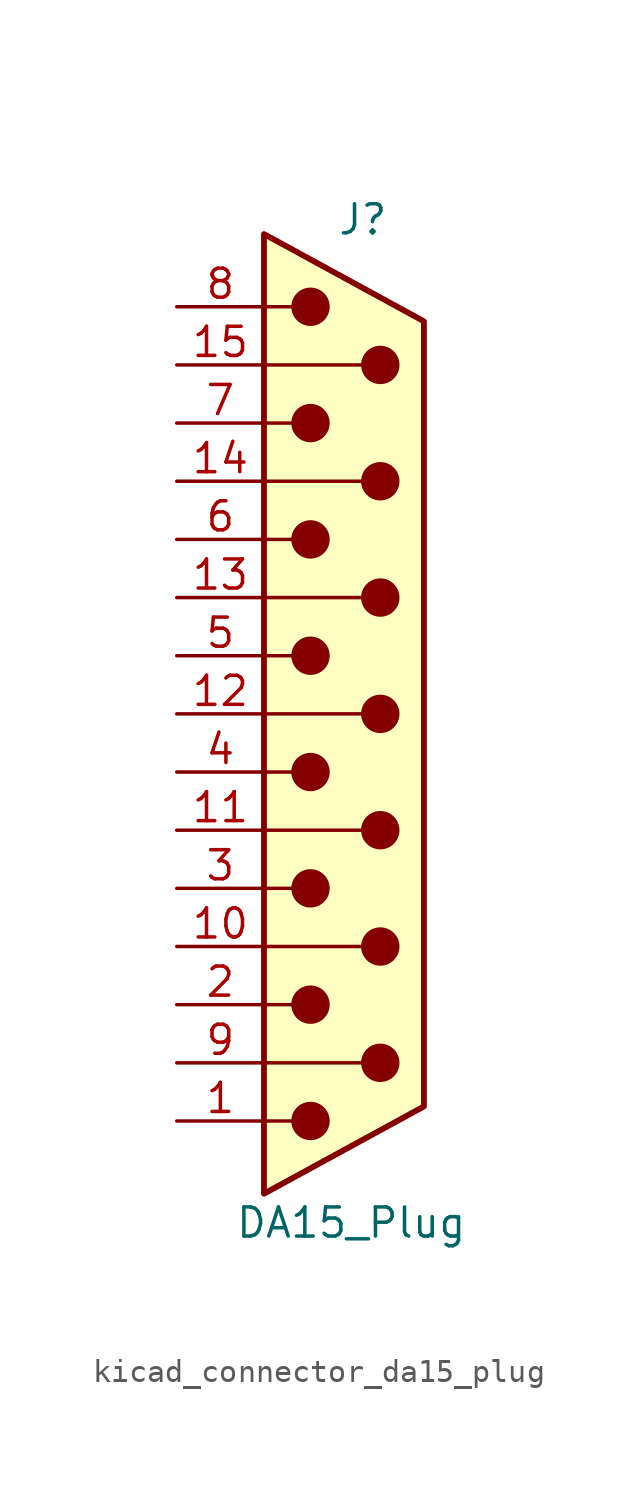
<source format=kicad_sym>
(kicad_symbol_lib
  (version 20220914)
  (generator kicad_symbol_editor)
  (symbol "kicad_connector_da15_plug"
    (pin_names
      (offset 1.016) hide)
    (property "Reference" "J"
      (at 0.508 21.59 0)
      (effects (font (size 1.27 1.27))))
    (property "Value" "DA15_Plug"
      (at 0 -22.225 0)
      (effects (font (size 1.27 1.27))))
    (symbol "kicad_connector_da15_plug_0_1"
      (circle (center -1.778 -17.78) (radius 0.762) (stroke (width 0) (type default)) (fill (type outline)))
      (circle (center -1.778 -12.7) (radius 0.762) (stroke (width 0) (type default)) (fill (type outline)))
      (circle (center -1.778 -7.62) (radius 0.762) (stroke (width 0) (type default)) (fill (type outline)))
      (circle (center -1.778 -2.54) (radius 0.762) (stroke (width 0) (type default)) (fill (type outline)))
      (circle (center -1.778 2.54) (radius 0.762) (stroke (width 0) (type default)) (fill (type outline)))
      (circle (center -1.778 7.62) (radius 0.762) (stroke (width 0) (type default)) (fill (type outline)))
      (circle (center -1.778 12.7) (radius 0.762) (stroke (width 0) (type default)) (fill (type outline)))
      (circle (center -1.778 17.78) (radius 0.762) (stroke (width 0) (type default)) (fill (type outline)))
      (polyline (pts (xy -3.81 -17.78) (xy -2.54 -17.78)) (stroke (width 0) (type default)) (fill (type none)))
      (polyline (pts (xy -3.81 -15.24) (xy 0.508 -15.24)) (stroke (width 0) (type default)) (fill (type none)))
      (polyline (pts (xy -3.81 -12.7) (xy -2.54 -12.7)) (stroke (width 0) (type default)) (fill (type none)))
      (polyline (pts (xy -3.81 -10.16) (xy 0.508 -10.16)) (stroke (width 0) (type default)) (fill (type none)))
      (polyline (pts (xy -3.81 -7.62) (xy -2.54 -7.62)) (stroke (width 0) (type default)) (fill (type none)))
      (polyline (pts (xy -3.81 -5.08) (xy 0.508 -5.08)) (stroke (width 0) (type default)) (fill (type none)))
      (polyline (pts (xy -3.81 -2.54) (xy -2.54 -2.54)) (stroke (width 0) (type default)) (fill (type none)))
      (polyline (pts (xy -3.81 0) (xy 0.508 0)) (stroke (width 0) (type default)) (fill (type none)))
      (polyline (pts (xy -3.81 2.54) (xy -2.54 2.54)) (stroke (width 0) (type default)) (fill (type none)))
      (polyline (pts (xy -3.81 5.08) (xy 0.508 5.08)) (stroke (width 0) (type default)) (fill (type none)))
      (polyline (pts (xy -3.81 7.62) (xy -2.54 7.62)) (stroke (width 0) (type default)) (fill (type none)))
      (polyline (pts (xy -3.81 10.16) (xy 0.508 10.16)) (stroke (width 0) (type default)) (fill (type none)))
      (polyline (pts (xy -3.81 12.7) (xy -2.54 12.7)) (stroke (width 0) (type default)) (fill (type none)))
      (polyline (pts (xy -3.81 15.24) (xy 0.508 15.24)) (stroke (width 0) (type default)) (fill (type none)))
      (polyline (pts (xy -3.81 17.78) (xy -2.54 17.78)) (stroke (width 0) (type default)) (fill (type none)))
      (polyline (pts (xy -3.81 -20.955) (xy 3.175 -17.145) (xy 3.175 17.145) (xy -3.81 20.955) (xy -3.81 -20.955)) (stroke (width 0.254) (type default)) (fill (type background)))
      (circle (center 1.27 -15.24) (radius 0.762) (stroke (width 0) (type default)) (fill (type outline)))
      (circle (center 1.27 -10.16) (radius 0.762) (stroke (width 0) (type default)) (fill (type outline)))
      (circle (center 1.27 -5.08) (radius 0.762) (stroke (width 0) (type default)) (fill (type outline)))
      (circle (center 1.27 0) (radius 0.762) (stroke (width 0) (type default)) (fill (type outline)))
      (circle (center 1.27 5.08) (radius 0.762) (stroke (width 0) (type default)) (fill (type outline)))
      (circle (center 1.27 10.16) (radius 0.762) (stroke (width 0) (type default)) (fill (type outline)))
      (circle (center 1.27 15.24) (radius 0.762) (stroke (width 0) (type default)) (fill (type outline))))
    (symbol "kicad_connector_da15_plug_1_1"
      (pin passive line (at -7.62 -17.78 0) (length 3.81) (name "1" (effects (font (size 1.27 1.27)))) (number "1" (effects (font (size 1.27 1.27)))))
      (pin passive line (at -7.62 -10.16 0) (length 3.81) (name "P10" (effects (font (size 1.27 1.27)))) (number "10" (effects (font (size 1.27 1.27)))))
      (pin passive line (at -7.62 -5.08 0) (length 3.81) (name "P111" (effects (font (size 1.27 1.27)))) (number "11" (effects (font (size 1.27 1.27)))))
      (pin passive line (at -7.62 0 0) (length 3.81) (name "P12" (effects (font (size 1.27 1.27)))) (number "12" (effects (font (size 1.27 1.27)))))
      (pin passive line (at -7.62 5.08 0) (length 3.81) (name "P13" (effects (font (size 1.27 1.27)))) (number "13" (effects (font (size 1.27 1.27)))))
      (pin passive line (at -7.62 10.16 0) (length 3.81) (name "P14" (effects (font (size 1.27 1.27)))) (number "14" (effects (font (size 1.27 1.27)))))
      (pin passive line (at -7.62 15.24 0) (length 3.81) (name "P15" (effects (font (size 1.27 1.27)))) (number "15" (effects (font (size 1.27 1.27)))))
      (pin passive line (at -7.62 -12.7 0) (length 3.81) (name "2" (effects (font (size 1.27 1.27)))) (number "2" (effects (font (size 1.27 1.27)))))
      (pin passive line (at -7.62 -7.62 0) (length 3.81) (name "3" (effects (font (size 1.27 1.27)))) (number "3" (effects (font (size 1.27 1.27)))))
      (pin passive line (at -7.62 -2.54 0) (length 3.81) (name "4" (effects (font (size 1.27 1.27)))) (number "4" (effects (font (size 1.27 1.27)))))
      (pin passive line (at -7.62 2.54 0) (length 3.81) (name "5" (effects (font (size 1.27 1.27)))) (number "5" (effects (font (size 1.27 1.27)))))
      (pin passive line (at -7.62 7.62 0) (length 3.81) (name "6" (effects (font (size 1.27 1.27)))) (number "6" (effects (font (size 1.27 1.27)))))
      (pin passive line (at -7.62 12.7 0) (length 3.81) (name "7" (effects (font (size 1.27 1.27)))) (number "7" (effects (font (size 1.27 1.27)))))
      (pin passive line (at -7.62 17.78 0) (length 3.81) (name "8" (effects (font (size 1.27 1.27)))) (number "8" (effects (font (size 1.27 1.27)))))
      (pin passive line (at -7.62 -15.24 0) (length 3.81) (name "P9" (effects (font (size 1.27 1.27)))) (number "9" (effects (font (size 1.27 1.27))))))))
</source>
